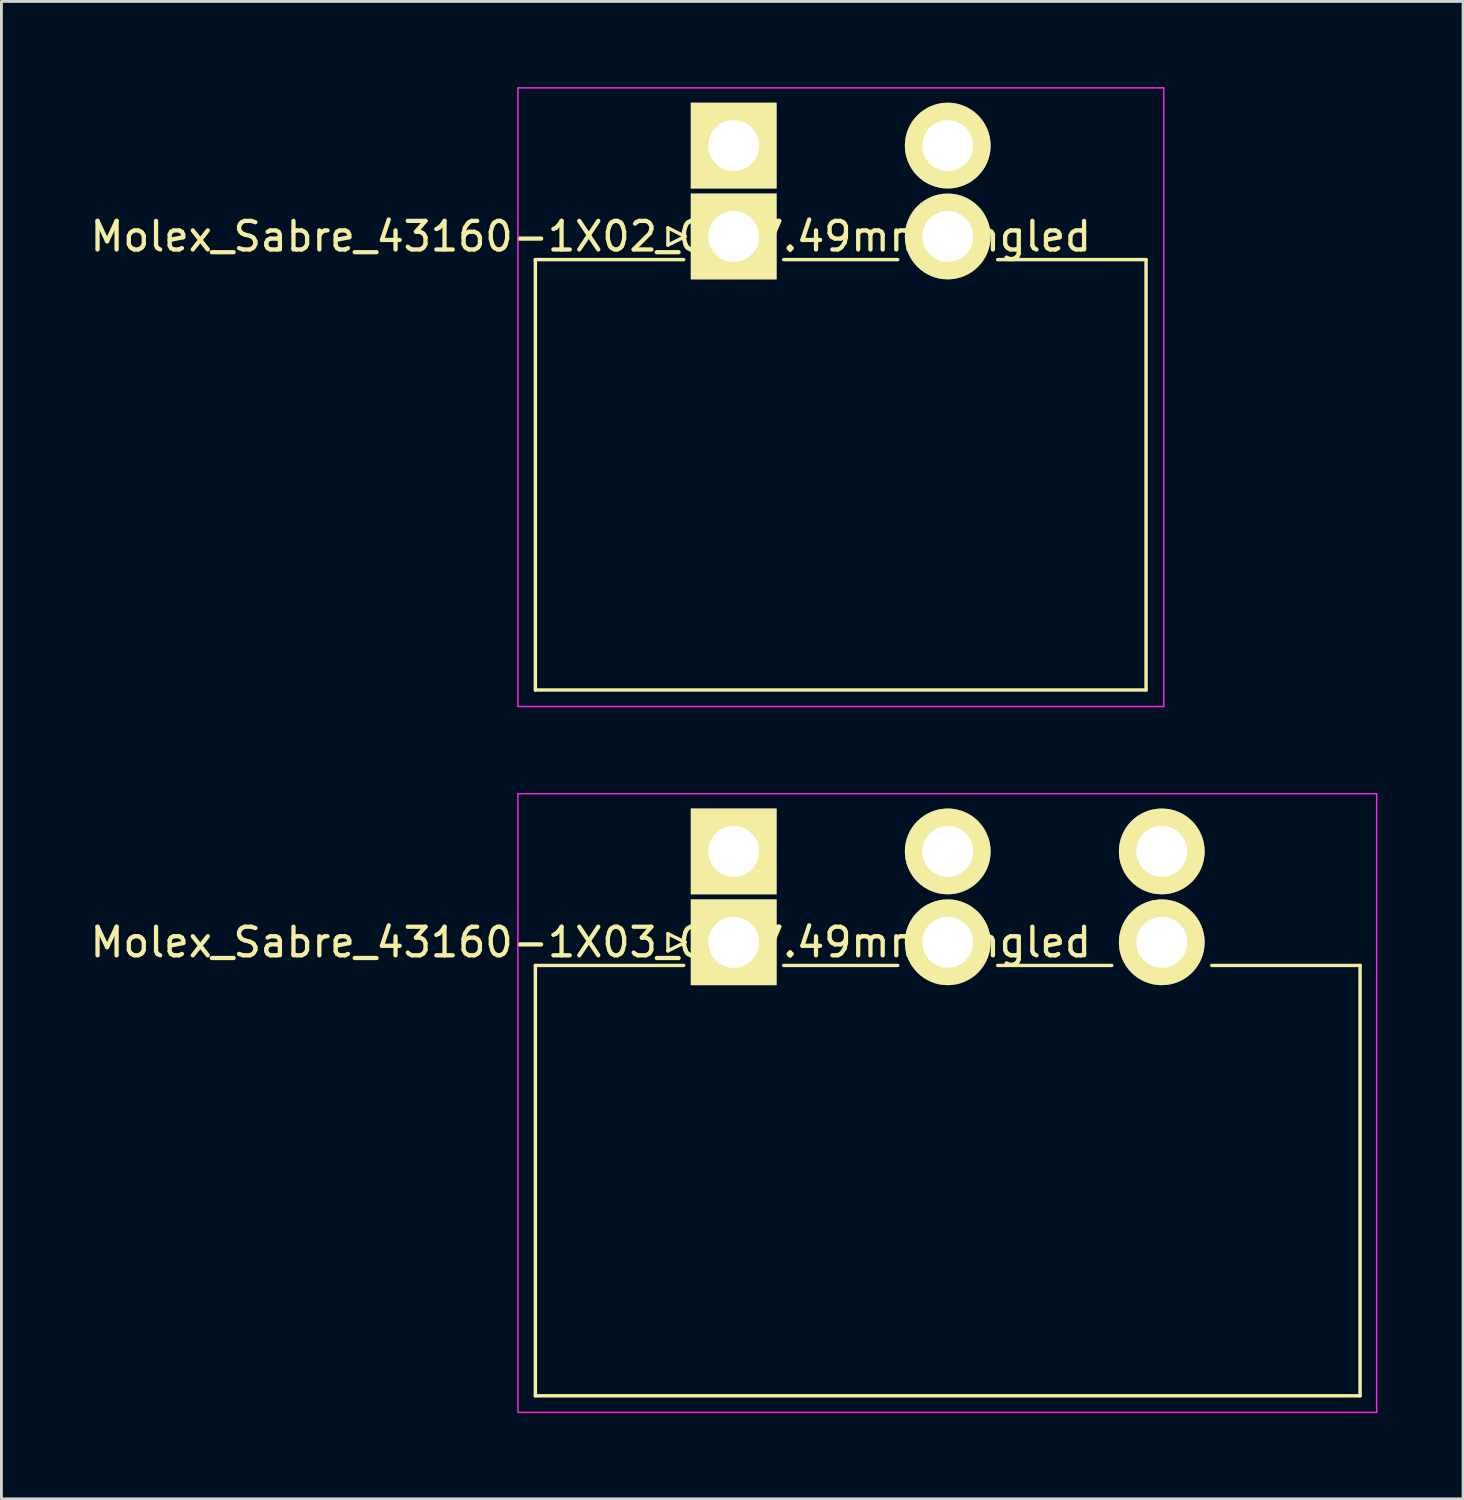
<source format=kicad_pcb>
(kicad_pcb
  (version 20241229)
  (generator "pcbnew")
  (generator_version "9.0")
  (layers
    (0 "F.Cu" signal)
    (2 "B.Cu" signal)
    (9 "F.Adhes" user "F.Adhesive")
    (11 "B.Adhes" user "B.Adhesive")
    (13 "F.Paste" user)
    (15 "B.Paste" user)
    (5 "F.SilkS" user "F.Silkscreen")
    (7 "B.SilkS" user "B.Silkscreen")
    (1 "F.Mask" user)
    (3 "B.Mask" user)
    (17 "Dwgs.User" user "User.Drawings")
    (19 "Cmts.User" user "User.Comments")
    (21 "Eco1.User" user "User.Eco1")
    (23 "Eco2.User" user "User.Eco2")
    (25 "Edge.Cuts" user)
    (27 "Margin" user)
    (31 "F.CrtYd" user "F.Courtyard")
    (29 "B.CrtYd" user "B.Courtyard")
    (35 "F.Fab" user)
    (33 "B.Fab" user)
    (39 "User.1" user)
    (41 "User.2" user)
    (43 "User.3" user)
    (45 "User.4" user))
  (footprint "Molex_Sabre_43160-1X03_03x7.49mm_Angled"
    (layer "F.Cu")
    (at 22.625 29.925)
    (property "Reference" "Molex_Sabre_43160-1X03_03x7.49mm_Angled" (at -5 0 0) (layer "F.SilkS") (effects (font (size 1 1) (thickness 0.15))))
    (attr through_hole)
    (fp_line (start -6.94 0.81) (end -6.94 15.87) (stroke (width 0.12) (type solid)) (layer "F.SilkS"))
    (fp_line (start -6.94 0.81) (end -1.75 0.81) (stroke (width 0.12) (type solid)) (layer "F.SilkS"))
    (fp_line (start -6.94 15.87) (end 21.92 15.87) (stroke (width 0.12) (type solid)) (layer "F.SilkS"))
    (fp_line (start -2.3 -0.3) (end -1.7 0) (stroke (width 0.12) (type solid)) (layer "F.SilkS"))
    (fp_line (start -2.3 0.3) (end -2.3 -0.3) (stroke (width 0.12) (type solid)) (layer "F.SilkS"))
    (fp_line (start -1.7 0) (end -2.3 0.3) (stroke (width 0.12) (type solid)) (layer "F.SilkS"))
    (fp_line (start 1.75 0.81) (end 5.74 0.81) (stroke (width 0.12) (type solid)) (layer "F.SilkS"))
    (fp_line (start 9.24 0.81) (end 13.23 0.81) (stroke (width 0.12) (type solid)) (layer "F.SilkS"))
    (fp_line (start 16.73 0.81) (end 21.92 0.81) (stroke (width 0.12) (type solid)) (layer "F.SilkS"))
    (fp_line (start 21.92 15.87) (end 21.92 0.81) (stroke (width 0.12) (type solid)) (layer "F.SilkS"))
    (fp_line (start -7.55 -5.2) (end -7.55 16.45) (stroke (width 0.05) (type solid)) (layer "F.CrtYd"))
    (fp_line (start -7.55 16.45) (end 22.5 16.45) (stroke (width 0.05) (type solid)) (layer "F.CrtYd"))
    (fp_line (start 22.5 -5.2) (end -7.55 -5.2) (stroke (width 0.05) (type solid)) (layer "F.CrtYd"))
    (fp_line (start 22.5 16.45) (end 22.5 -5.2) (stroke (width 0.05) (type solid)) (layer "F.CrtYd"))
    (pad "1" thru_hole rect (at 0 -3.18) (size 3 3) (drill 1.78) (layers "*.Cu" "*.Mask" "F.SilkS"))
    (pad "1" thru_hole rect (at 0 0) (size 3 3) (drill 1.78) (layers "*.Cu" "*.Mask" "F.SilkS"))
    (pad "2" thru_hole circle (at 7.49 -3.18) (size 3 3) (drill 1.78) (layers "*.Cu" "*.Mask" "F.SilkS"))
    (pad "2" thru_hole circle (at 7.49 0) (size 3 3) (drill 1.78) (layers "*.Cu" "*.Mask" "F.SilkS"))
    (pad "3" thru_hole circle (at 14.98 -3.18) (size 3 3) (drill 1.78) (layers "*.Cu" "*.Mask" "F.SilkS"))
    (pad "3" thru_hole circle (at 14.98 0) (size 3 3) (drill 1.78) (layers "*.Cu" "*.Mask" "F.SilkS")))
  (footprint "Molex_Sabre_43160-1X02_02x7.49mm_Angled"
    (layer "F.Cu")
    (at 22.625 5.225)
    (property "Reference" "Molex_Sabre_43160-1X02_02x7.49mm_Angled" (at -5 0 0) (layer "F.SilkS") (effects (font (size 1 1) (thickness 0.15))))
    (attr through_hole)
    (fp_line (start -6.94 0.81) (end -6.94 15.87) (stroke (width 0.12) (type solid)) (layer "F.SilkS"))
    (fp_line (start -6.94 0.81) (end -1.75 0.81) (stroke (width 0.12) (type solid)) (layer "F.SilkS"))
    (fp_line (start -6.94 15.87) (end 14.43 15.87) (stroke (width 0.12) (type solid)) (layer "F.SilkS"))
    (fp_line (start -2.3 -0.3) (end -1.7 0) (stroke (width 0.12) (type solid)) (layer "F.SilkS"))
    (fp_line (start -2.3 0.3) (end -2.3 -0.3) (stroke (width 0.12) (type solid)) (layer "F.SilkS"))
    (fp_line (start -1.7 0) (end -2.3 0.3) (stroke (width 0.12) (type solid)) (layer "F.SilkS"))
    (fp_line (start 1.75 0.81) (end 5.74 0.81) (stroke (width 0.12) (type solid)) (layer "F.SilkS"))
    (fp_line (start 9.24 0.81) (end 14.43 0.81) (stroke (width 0.12) (type solid)) (layer "F.SilkS"))
    (fp_line (start 14.43 15.87) (end 14.43 0.81) (stroke (width 0.12) (type solid)) (layer "F.SilkS"))
    (fp_line (start -7.55 -5.2) (end -7.55 16.45) (stroke (width 0.05) (type solid)) (layer "F.CrtYd"))
    (fp_line (start -7.55 16.45) (end 15.05 16.45) (stroke (width 0.05) (type solid)) (layer "F.CrtYd"))
    (fp_line (start 15.05 -5.2) (end -7.55 -5.2) (stroke (width 0.05) (type solid)) (layer "F.CrtYd"))
    (fp_line (start 15.05 16.45) (end 15.05 -5.2) (stroke (width 0.05) (type solid)) (layer "F.CrtYd"))
    (pad "1" thru_hole rect (at 0 -3.18) (size 3 3) (drill 1.78) (layers "*.Cu" "*.Mask" "F.SilkS"))
    (pad "1" thru_hole rect (at 0 0) (size 3 3) (drill 1.78) (layers "*.Cu" "*.Mask" "F.SilkS"))
    (pad "2" thru_hole circle (at 7.49 -3.18) (size 3 3) (drill 1.78) (layers "*.Cu" "*.Mask" "F.SilkS"))
    (pad "2" thru_hole circle (at 7.49 0) (size 3 3) (drill 1.78) (layers "*.Cu" "*.Mask" "F.SilkS")))
  (gr_rect
    (start -3 -3)
    (end 48.15 49.4)
    (stroke (width 0.1) (type default))
    (fill no)
    (layer "Edge.Cuts")))
</source>
